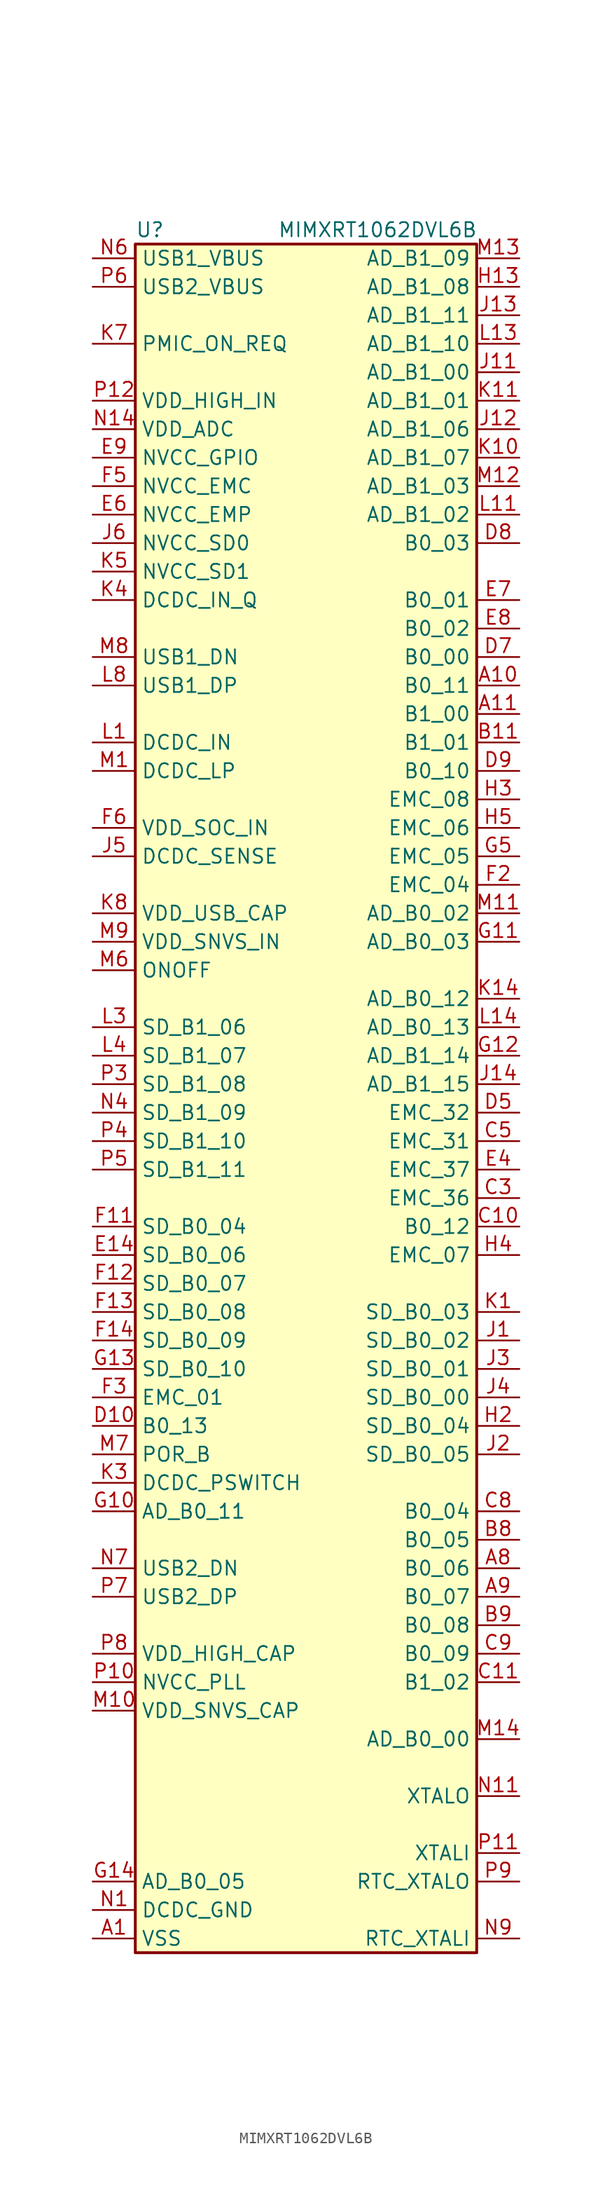
<source format=kicad_sym>
(kicad_symbol_lib
  (version 20231120)
  (generator "kicad_symbol_editor")
  (generator_version "8.0")
  (symbol "MIMXRT1062DVL6B"
    (property "Reference" "U"
      (at -15.24 48.26 0)
      (effects (font (size 1.27 1.27)) (justify left)))
    (property "Value" "MIMXRT1062DVL6B"
      (at -2.54 48.26 0)
      (effects (font (size 1.27 1.27)) (justify left)))
    (symbol "MIMXRT1062DVL6B_1_1"
      (rectangle (start -15.24 46.99) (end 15.24 -105.41) (stroke (width 0.254) (type default)) (fill (type background)))
      (pin power_in line (at -19.05 -104.14 0) (length 3.81) (name "VSS" (effects (font (size 1.27 1.27)))) (number "A1" (effects (font (size 1.27 1.27)))))
      (pin bidirectional line (at 19.05 7.62 180) (length 3.81) (name "B0_11" (effects (font (size 1.27 1.27)))) (number "A10" (effects (font (size 1.27 1.27)))))
      (pin bidirectional line (at 19.05 5.08 180) (length 3.81) (name "B1_00" (effects (font (size 1.27 1.27)))) (number "A11" (effects (font (size 1.27 1.27)))))
      (pin power_in line (at -19.05 -104.14 0) (length 3.81) hide (name "VSS" (effects (font (size 1.27 1.27)))) (number "A14" (effects (font (size 1.27 1.27)))))
      (pin bidirectional line (at 19.05 -71.12 180) (length 3.81) (name "B0_06" (effects (font (size 1.27 1.27)))) (number "A8" (effects (font (size 1.27 1.27)))))
      (pin bidirectional line (at 19.05 -73.66 180) (length 3.81) (name "B0_07" (effects (font (size 1.27 1.27)))) (number "A9" (effects (font (size 1.27 1.27)))))
      (pin power_in line (at -19.05 -104.14 0) (length 3.81) hide (name "VSS" (effects (font (size 1.27 1.27)))) (number "B10" (effects (font (size 1.27 1.27)))))
      (pin bidirectional line (at 19.05 2.54 180) (length 3.81) (name "B1_01" (effects (font (size 1.27 1.27)))) (number "B11" (effects (font (size 1.27 1.27)))))
      (pin power_in line (at -19.05 -104.14 0) (length 3.81) hide (name "VSS" (effects (font (size 1.27 1.27)))) (number "B5" (effects (font (size 1.27 1.27)))))
      (pin bidirectional line (at 19.05 -68.58 180) (length 3.81) (name "B0_05" (effects (font (size 1.27 1.27)))) (number "B8" (effects (font (size 1.27 1.27)))))
      (pin bidirectional line (at 19.05 -76.2 180) (length 3.81) (name "B0_08" (effects (font (size 1.27 1.27)))) (number "B9" (effects (font (size 1.27 1.27)))))
      (pin bidirectional line (at 19.05 -40.64 180) (length 3.81) (name "B0_12" (effects (font (size 1.27 1.27)))) (number "C10" (effects (font (size 1.27 1.27)))))
      (pin bidirectional line (at 19.05 -81.28 180) (length 3.81) (name "B1_02" (effects (font (size 1.27 1.27)))) (number "C11" (effects (font (size 1.27 1.27)))))
      (pin bidirectional line (at 19.05 -38.1 180) (length 3.81) (name "EMC_36" (effects (font (size 1.27 1.27)))) (number "C3" (effects (font (size 1.27 1.27)))))
      (pin bidirectional line (at 19.05 -33.02 180) (length 3.81) (name "EMC_31" (effects (font (size 1.27 1.27)))) (number "C5" (effects (font (size 1.27 1.27)))))
      (pin bidirectional line (at 19.05 -66.04 180) (length 3.81) (name "B0_04" (effects (font (size 1.27 1.27)))) (number "C8" (effects (font (size 1.27 1.27)))))
      (pin bidirectional line (at 19.05 -78.74 180) (length 3.81) (name "B0_09" (effects (font (size 1.27 1.27)))) (number "C9" (effects (font (size 1.27 1.27)))))
      (pin bidirectional line (at -19.05 -58.42 0) (length 3.81) (name "B0_13" (effects (font (size 1.27 1.27)))) (number "D10" (effects (font (size 1.27 1.27)))))
      (pin bidirectional line (at 19.05 -30.48 180) (length 3.81) (name "EMC_32" (effects (font (size 1.27 1.27)))) (number "D5" (effects (font (size 1.27 1.27)))))
      (pin bidirectional line (at 19.05 10.16 180) (length 3.81) (name "B0_00" (effects (font (size 1.27 1.27)))) (number "D7" (effects (font (size 1.27 1.27)))))
      (pin bidirectional line (at 19.05 20.32 180) (length 3.81) (name "B0_03" (effects (font (size 1.27 1.27)))) (number "D8" (effects (font (size 1.27 1.27)))))
      (pin bidirectional line (at 19.05 0 180) (length 3.81) (name "B0_10" (effects (font (size 1.27 1.27)))) (number "D9" (effects (font (size 1.27 1.27)))))
      (pin power_in line (at -19.05 -104.14 0) (length 3.81) hide (name "VSS" (effects (font (size 1.27 1.27)))) (number "E13" (effects (font (size 1.27 1.27)))))
      (pin bidirectional line (at -19.05 -43.18 0) (length 3.81) (name "SD_B0_06" (effects (font (size 1.27 1.27)))) (number "E14" (effects (font (size 1.27 1.27)))))
      (pin power_in line (at -19.05 -104.14 0) (length 3.81) hide (name "VSS" (effects (font (size 1.27 1.27)))) (number "E2" (effects (font (size 1.27 1.27)))))
      (pin bidirectional line (at 19.05 -35.56 180) (length 3.81) (name "EMC_37" (effects (font (size 1.27 1.27)))) (number "E4" (effects (font (size 1.27 1.27)))))
      (pin power_in line (at -19.05 22.86 0) (length 3.81) (name "NVCC_EMP" (effects (font (size 1.27 1.27)))) (number "E6" (effects (font (size 1.27 1.27)))))
      (pin bidirectional line (at 19.05 15.24 180) (length 3.81) (name "B0_01" (effects (font (size 1.27 1.27)))) (number "E7" (effects (font (size 1.27 1.27)))))
      (pin bidirectional line (at 19.05 12.7 180) (length 3.81) (name "B0_02" (effects (font (size 1.27 1.27)))) (number "E8" (effects (font (size 1.27 1.27)))))
      (pin power_in line (at -19.05 27.94 0) (length 3.81) (name "NVCC_GPIO" (effects (font (size 1.27 1.27)))) (number "E9" (effects (font (size 1.27 1.27)))))
      (pin power_in line (at -19.05 27.94 0) (length 3.81) hide (name "NVCC_GPIO" (effects (font (size 1.27 1.27)))) (number "F10" (effects (font (size 1.27 1.27)))))
      (pin bidirectional line (at -19.05 -40.64 0) (length 3.81) (name "SD_B0_04" (effects (font (size 1.27 1.27)))) (number "F11" (effects (font (size 1.27 1.27)))))
      (pin bidirectional line (at -19.05 -45.72 0) (length 3.81) (name "SD_B0_07" (effects (font (size 1.27 1.27)))) (number "F12" (effects (font (size 1.27 1.27)))))
      (pin bidirectional line (at -19.05 -48.26 0) (length 3.81) (name "SD_B0_08" (effects (font (size 1.27 1.27)))) (number "F13" (effects (font (size 1.27 1.27)))))
      (pin bidirectional line (at -19.05 -50.8 0) (length 3.81) (name "SD_B0_09" (effects (font (size 1.27 1.27)))) (number "F14" (effects (font (size 1.27 1.27)))))
      (pin bidirectional line (at 19.05 -10.16 180) (length 3.81) (name "EMC_04" (effects (font (size 1.27 1.27)))) (number "F2" (effects (font (size 1.27 1.27)))))
      (pin bidirectional line (at -19.05 -55.88 0) (length 3.81) (name "EMC_01" (effects (font (size 1.27 1.27)))) (number "F3" (effects (font (size 1.27 1.27)))))
      (pin power_in line (at -19.05 25.4 0) (length 3.81) (name "NVCC_EMC" (effects (font (size 1.27 1.27)))) (number "F5" (effects (font (size 1.27 1.27)))))
      (pin power_in line (at -19.05 -5.08 0) (length 3.81) (name "VDD_SOC_IN" (effects (font (size 1.27 1.27)))) (number "F6" (effects (font (size 1.27 1.27)))))
      (pin power_in line (at -19.05 -5.08 0) (length 3.81) hide (name "VDD_SOC_IN" (effects (font (size 1.27 1.27)))) (number "F7" (effects (font (size 1.27 1.27)))))
      (pin power_in line (at -19.05 -5.08 0) (length 3.81) hide (name "VDD_SOC_IN" (effects (font (size 1.27 1.27)))) (number "F8" (effects (font (size 1.27 1.27)))))
      (pin power_in line (at -19.05 -5.08 0) (length 3.81) hide (name "VDD_SOC_IN" (effects (font (size 1.27 1.27)))) (number "F9" (effects (font (size 1.27 1.27)))))
      (pin bidirectional line (at -19.05 -66.04 0) (length 3.81) (name "AD_B0_11" (effects (font (size 1.27 1.27)))) (number "G10" (effects (font (size 1.27 1.27)))))
      (pin bidirectional line (at 19.05 -15.24 180) (length 3.81) (name "AD_B0_03" (effects (font (size 1.27 1.27)))) (number "G11" (effects (font (size 1.27 1.27)))))
      (pin bidirectional line (at 19.05 -25.4 180) (length 3.81) (name "AD_B1_14" (effects (font (size 1.27 1.27)))) (number "G12" (effects (font (size 1.27 1.27)))))
      (pin bidirectional line (at -19.05 -53.34 0) (length 3.81) (name "SD_B0_10" (effects (font (size 1.27 1.27)))) (number "G13" (effects (font (size 1.27 1.27)))))
      (pin power_in line (at -19.05 -99.06 0) (length 3.81) (name "AD_B0_05" (effects (font (size 1.27 1.27)))) (number "G14" (effects (font (size 1.27 1.27)))))
      (pin bidirectional line (at 19.05 -7.62 180) (length 3.81) (name "EMC_05" (effects (font (size 1.27 1.27)))) (number "G5" (effects (font (size 1.27 1.27)))))
      (pin power_in line (at -19.05 -5.08 0) (length 3.81) hide (name "VDD_SOC_IN" (effects (font (size 1.27 1.27)))) (number "G6" (effects (font (size 1.27 1.27)))))
      (pin power_in line (at -19.05 -104.14 0) (length 3.81) hide (name "VSS" (effects (font (size 1.27 1.27)))) (number "G7" (effects (font (size 1.27 1.27)))))
      (pin power_in line (at -19.05 -104.14 0) (length 3.81) hide (name "VSS" (effects (font (size 1.27 1.27)))) (number "G8" (effects (font (size 1.27 1.27)))))
      (pin power_in line (at -19.05 -5.08 0) (length 3.81) hide (name "VDD_SOC_IN" (effects (font (size 1.27 1.27)))) (number "G9" (effects (font (size 1.27 1.27)))))
      (pin bidirectional line (at 19.05 43.18 180) (length 3.81) (name "AD_B1_08" (effects (font (size 1.27 1.27)))) (number "H13" (effects (font (size 1.27 1.27)))))
      (pin bidirectional line (at 19.05 -58.42 180) (length 3.81) (name "SD_B0_04" (effects (font (size 1.27 1.27)))) (number "H2" (effects (font (size 1.27 1.27)))))
      (pin bidirectional line (at 19.05 -2.54 180) (length 3.81) (name "EMC_08" (effects (font (size 1.27 1.27)))) (number "H3" (effects (font (size 1.27 1.27)))))
      (pin bidirectional line (at 19.05 -43.18 180) (length 3.81) (name "EMC_07" (effects (font (size 1.27 1.27)))) (number "H4" (effects (font (size 1.27 1.27)))))
      (pin bidirectional line (at 19.05 -5.08 180) (length 3.81) (name "EMC_06" (effects (font (size 1.27 1.27)))) (number "H5" (effects (font (size 1.27 1.27)))))
      (pin power_in line (at -19.05 -5.08 0) (length 3.81) hide (name "VDD_SOC_IN" (effects (font (size 1.27 1.27)))) (number "H6" (effects (font (size 1.27 1.27)))))
      (pin power_in line (at -19.05 -104.14 0) (length 3.81) hide (name "VSS" (effects (font (size 1.27 1.27)))) (number "H7" (effects (font (size 1.27 1.27)))))
      (pin power_in line (at -19.05 -104.14 0) (length 3.81) hide (name "VSS" (effects (font (size 1.27 1.27)))) (number "H8" (effects (font (size 1.27 1.27)))))
      (pin power_in line (at -19.05 -5.08 0) (length 3.81) hide (name "VDD_SOC_IN" (effects (font (size 1.27 1.27)))) (number "H9" (effects (font (size 1.27 1.27)))))
      (pin bidirectional line (at 19.05 -50.8 180) (length 3.81) (name "SD_B0_02" (effects (font (size 1.27 1.27)))) (number "J1" (effects (font (size 1.27 1.27)))))
      (pin power_in line (at -19.05 27.94 0) (length 3.81) hide (name "NVCC_GPIO" (effects (font (size 1.27 1.27)))) (number "J10" (effects (font (size 1.27 1.27)))))
      (pin bidirectional line (at 19.05 35.56 180) (length 3.81) (name "AD_B1_00" (effects (font (size 1.27 1.27)))) (number "J11" (effects (font (size 1.27 1.27)))))
      (pin bidirectional line (at 19.05 30.48 180) (length 3.81) (name "AD_B1_06" (effects (font (size 1.27 1.27)))) (number "J12" (effects (font (size 1.27 1.27)))))
      (pin bidirectional line (at 19.05 40.64 180) (length 3.81) (name "AD_B1_11" (effects (font (size 1.27 1.27)))) (number "J13" (effects (font (size 1.27 1.27)))))
      (pin bidirectional line (at 19.05 -27.94 180) (length 3.81) (name "AD_B1_15" (effects (font (size 1.27 1.27)))) (number "J14" (effects (font (size 1.27 1.27)))))
      (pin bidirectional line (at 19.05 -60.96 180) (length 3.81) (name "SD_B0_05" (effects (font (size 1.27 1.27)))) (number "J2" (effects (font (size 1.27 1.27)))))
      (pin bidirectional line (at 19.05 -53.34 180) (length 3.81) (name "SD_B0_01" (effects (font (size 1.27 1.27)))) (number "J3" (effects (font (size 1.27 1.27)))))
      (pin bidirectional line (at 19.05 -55.88 180) (length 3.81) (name "SD_B0_00" (effects (font (size 1.27 1.27)))) (number "J4" (effects (font (size 1.27 1.27)))))
      (pin power_in line (at -19.05 -7.62 0) (length 3.81) (name "DCDC_SENSE" (effects (font (size 1.27 1.27)))) (number "J5" (effects (font (size 1.27 1.27)))))
      (pin power_in line (at -19.05 20.32 0) (length 3.81) (name "NVCC_SD0" (effects (font (size 1.27 1.27)))) (number "J6" (effects (font (size 1.27 1.27)))))
      (pin power_in line (at -19.05 -104.14 0) (length 3.81) hide (name "VSS" (effects (font (size 1.27 1.27)))) (number "J7" (effects (font (size 1.27 1.27)))))
      (pin power_in line (at -19.05 -104.14 0) (length 3.81) hide (name "VSS" (effects (font (size 1.27 1.27)))) (number "J8" (effects (font (size 1.27 1.27)))))
      (pin power_in line (at -19.05 -5.08 0) (length 3.81) hide (name "VDD_SOC_IN" (effects (font (size 1.27 1.27)))) (number "J9" (effects (font (size 1.27 1.27)))))
      (pin bidirectional line (at 19.05 -48.26 180) (length 3.81) (name "SD_B0_03" (effects (font (size 1.27 1.27)))) (number "K1" (effects (font (size 1.27 1.27)))))
      (pin bidirectional line (at 19.05 27.94 180) (length 3.81) (name "AD_B1_07" (effects (font (size 1.27 1.27)))) (number "K10" (effects (font (size 1.27 1.27)))))
      (pin bidirectional line (at 19.05 33.02 180) (length 3.81) (name "AD_B1_01" (effects (font (size 1.27 1.27)))) (number "K11" (effects (font (size 1.27 1.27)))))
      (pin power_in line (at -19.05 -104.14 0) (length 3.81) hide (name "VSS" (effects (font (size 1.27 1.27)))) (number "K13" (effects (font (size 1.27 1.27)))))
      (pin bidirectional line (at 19.05 -20.32 180) (length 3.81) (name "AD_B0_12" (effects (font (size 1.27 1.27)))) (number "K14" (effects (font (size 1.27 1.27)))))
      (pin power_in line (at -19.05 -104.14 0) (length 3.81) hide (name "VSS" (effects (font (size 1.27 1.27)))) (number "K2" (effects (font (size 1.27 1.27)))))
      (pin power_in line (at -19.05 -63.5 0) (length 3.81) (name "DCDC_PSWITCH" (effects (font (size 1.27 1.27)))) (number "K3" (effects (font (size 1.27 1.27)))))
      (pin power_in line (at -19.05 15.24 0) (length 3.81) (name "DCDC_IN_Q" (effects (font (size 1.27 1.27)))) (number "K4" (effects (font (size 1.27 1.27)))))
      (pin power_in line (at -19.05 17.78 0) (length 3.81) (name "NVCC_SD1" (effects (font (size 1.27 1.27)))) (number "K5" (effects (font (size 1.27 1.27)))))
      (pin power_in line (at -19.05 -104.14 0) (length 3.81) hide (name "VSS" (effects (font (size 1.27 1.27)))) (number "K6" (effects (font (size 1.27 1.27)))))
      (pin output line (at -19.05 38.1 0) (length 3.81) (name "PMIC_ON_REQ" (effects (font (size 1.27 1.27)))) (number "K7" (effects (font (size 1.27 1.27)))))
      (pin power_in line (at -19.05 -12.7 0) (length 3.81) (name "VDD_USB_CAP" (effects (font (size 1.27 1.27)))) (number "K8" (effects (font (size 1.27 1.27)))))
      (pin power_in line (at -19.05 -104.14 0) (length 3.81) hide (name "VSS" (effects (font (size 1.27 1.27)))) (number "K9" (effects (font (size 1.27 1.27)))))
      (pin power_in line (at -19.05 2.54 0) (length 3.81) (name "DCDC_IN" (effects (font (size 1.27 1.27)))) (number "L1" (effects (font (size 1.27 1.27)))))
      (pin bidirectional line (at 19.05 22.86 180) (length 3.81) (name "AD_B1_02" (effects (font (size 1.27 1.27)))) (number "L11" (effects (font (size 1.27 1.27)))))
      (pin bidirectional line (at 19.05 38.1 180) (length 3.81) (name "AD_B1_10" (effects (font (size 1.27 1.27)))) (number "L13" (effects (font (size 1.27 1.27)))))
      (pin bidirectional line (at 19.05 -22.86 180) (length 3.81) (name "AD_B0_13" (effects (font (size 1.27 1.27)))) (number "L14" (effects (font (size 1.27 1.27)))))
      (pin power_in line (at -19.05 2.54 0) (length 3.81) hide (name "DCDC_IN" (effects (font (size 1.27 1.27)))) (number "L2" (effects (font (size 1.27 1.27)))))
      (pin bidirectional line (at -19.05 -22.86 0) (length 3.81) (name "SD_B1_06" (effects (font (size 1.27 1.27)))) (number "L3" (effects (font (size 1.27 1.27)))))
      (pin bidirectional line (at -19.05 -25.4 0) (length 3.81) (name "SD_B1_07" (effects (font (size 1.27 1.27)))) (number "L4" (effects (font (size 1.27 1.27)))))
      (pin bidirectional line (at -19.05 7.62 0) (length 3.81) (name "USB1_DP" (effects (font (size 1.27 1.27)))) (number "L8" (effects (font (size 1.27 1.27)))))
      (pin power_in line (at -19.05 -104.14 0) (length 3.81) hide (name "VSS" (effects (font (size 1.27 1.27)))) (number "L9" (effects (font (size 1.27 1.27)))))
      (pin power_in line (at -19.05 0 0) (length 3.81) (name "DCDC_LP" (effects (font (size 1.27 1.27)))) (number "M1" (effects (font (size 1.27 1.27)))))
      (pin power_in line (at -19.05 -83.82 0) (length 3.81) (name "VDD_SNVS_CAP" (effects (font (size 1.27 1.27)))) (number "M10" (effects (font (size 1.27 1.27)))))
      (pin bidirectional line (at 19.05 -12.7 180) (length 3.81) (name "AD_B0_02" (effects (font (size 1.27 1.27)))) (number "M11" (effects (font (size 1.27 1.27)))))
      (pin bidirectional line (at 19.05 25.4 180) (length 3.81) (name "AD_B1_03" (effects (font (size 1.27 1.27)))) (number "M12" (effects (font (size 1.27 1.27)))))
      (pin bidirectional line (at 19.05 45.72 180) (length 3.81) (name "AD_B1_09" (effects (font (size 1.27 1.27)))) (number "M13" (effects (font (size 1.27 1.27)))))
      (pin bidirectional line (at 19.05 -86.36 180) (length 3.81) (name "AD_B0_00" (effects (font (size 1.27 1.27)))) (number "M14" (effects (font (size 1.27 1.27)))))
      (pin power_in line (at -19.05 0 0) (length 3.81) hide (name "DCDC_LP" (effects (font (size 1.27 1.27)))) (number "M2" (effects (font (size 1.27 1.27)))))
      (pin bidirectional line (at -19.05 -17.78 0) (length 3.81) (name "ONOFF" (effects (font (size 1.27 1.27)))) (number "M6" (effects (font (size 1.27 1.27)))))
      (pin bidirectional line (at -19.05 -60.96 0) (length 3.81) (name "POR_B" (effects (font (size 1.27 1.27)))) (number "M7" (effects (font (size 1.27 1.27)))))
      (pin bidirectional line (at -19.05 10.16 0) (length 3.81) (name "USB1_DN" (effects (font (size 1.27 1.27)))) (number "M8" (effects (font (size 1.27 1.27)))))
      (pin power_in line (at -19.05 -15.24 0) (length 3.81) (name "VDD_SNVS_IN" (effects (font (size 1.27 1.27)))) (number "M9" (effects (font (size 1.27 1.27)))))
      (pin power_in line (at -19.05 -101.6 0) (length 3.81) (name "DCDC_GND" (effects (font (size 1.27 1.27)))) (number "N1" (effects (font (size 1.27 1.27)))))
      (pin bidirectional line (at 19.05 -91.44 180) (length 3.81) (name "XTALO" (effects (font (size 1.27 1.27)))) (number "N11" (effects (font (size 1.27 1.27)))))
      (pin power_in line (at -19.05 30.48 0) (length 3.81) (name "VDD_ADC" (effects (font (size 1.27 1.27)))) (number "N14" (effects (font (size 1.27 1.27)))))
      (pin power_in line (at -19.05 -101.6 0) (length 3.81) hide (name "DCDC_GND" (effects (font (size 1.27 1.27)))) (number "N2" (effects (font (size 1.27 1.27)))))
      (pin bidirectional line (at -19.05 -30.48 0) (length 3.81) (name "SD_B1_09" (effects (font (size 1.27 1.27)))) (number "N4" (effects (font (size 1.27 1.27)))))
      (pin power_in line (at -19.05 -104.14 0) (length 3.81) hide (name "VSS" (effects (font (size 1.27 1.27)))) (number "N5" (effects (font (size 1.27 1.27)))))
      (pin power_in line (at -19.05 45.72 0) (length 3.81) (name "USB1_VBUS" (effects (font (size 1.27 1.27)))) (number "N6" (effects (font (size 1.27 1.27)))))
      (pin bidirectional line (at -19.05 -71.12 0) (length 3.81) (name "USB2_DN" (effects (font (size 1.27 1.27)))) (number "N7" (effects (font (size 1.27 1.27)))))
      (pin power_in line (at -19.05 -104.14 0) (length 3.81) hide (name "VSS" (effects (font (size 1.27 1.27)))) (number "N8" (effects (font (size 1.27 1.27)))))
      (pin bidirectional line (at 19.05 -104.14 180) (length 3.81) (name "RTC_XTALI" (effects (font (size 1.27 1.27)))) (number "N9" (effects (font (size 1.27 1.27)))))
      (pin power_in line (at -19.05 -104.14 0) (length 3.81) hide (name "VSS" (effects (font (size 1.27 1.27)))) (number "P1" (effects (font (size 1.27 1.27)))))
      (pin power_in line (at -19.05 -81.28 0) (length 3.81) (name "NVCC_PLL" (effects (font (size 1.27 1.27)))) (number "P10" (effects (font (size 1.27 1.27)))))
      (pin bidirectional line (at 19.05 -96.52 180) (length 3.81) (name "XTALI" (effects (font (size 1.27 1.27)))) (number "P11" (effects (font (size 1.27 1.27)))))
      (pin power_in line (at -19.05 33.02 0) (length 3.81) (name "VDD_HIGH_IN" (effects (font (size 1.27 1.27)))) (number "P12" (effects (font (size 1.27 1.27)))))
      (pin power_in line (at -19.05 -104.14 0) (length 3.81) hide (name "VSS" (effects (font (size 1.27 1.27)))) (number "P14" (effects (font (size 1.27 1.27)))))
      (pin bidirectional line (at -19.05 -27.94 0) (length 3.81) (name "SD_B1_08" (effects (font (size 1.27 1.27)))) (number "P3" (effects (font (size 1.27 1.27)))))
      (pin bidirectional line (at -19.05 -33.02 0) (length 3.81) (name "SD_B1_10" (effects (font (size 1.27 1.27)))) (number "P4" (effects (font (size 1.27 1.27)))))
      (pin bidirectional line (at -19.05 -35.56 0) (length 3.81) (name "SD_B1_11" (effects (font (size 1.27 1.27)))) (number "P5" (effects (font (size 1.27 1.27)))))
      (pin power_in line (at -19.05 43.18 0) (length 3.81) (name "USB2_VBUS" (effects (font (size 1.27 1.27)))) (number "P6" (effects (font (size 1.27 1.27)))))
      (pin bidirectional line (at -19.05 -73.66 0) (length 3.81) (name "USB2_DP" (effects (font (size 1.27 1.27)))) (number "P7" (effects (font (size 1.27 1.27)))))
      (pin power_in line (at -19.05 -78.74 0) (length 3.81) (name "VDD_HIGH_CAP" (effects (font (size 1.27 1.27)))) (number "P8" (effects (font (size 1.27 1.27)))))
      (pin bidirectional line (at 19.05 -99.06 180) (length 3.81) (name "RTC_XTALO" (effects (font (size 1.27 1.27)))) (number "P9" (effects (font (size 1.27 1.27))))))))
</source>
